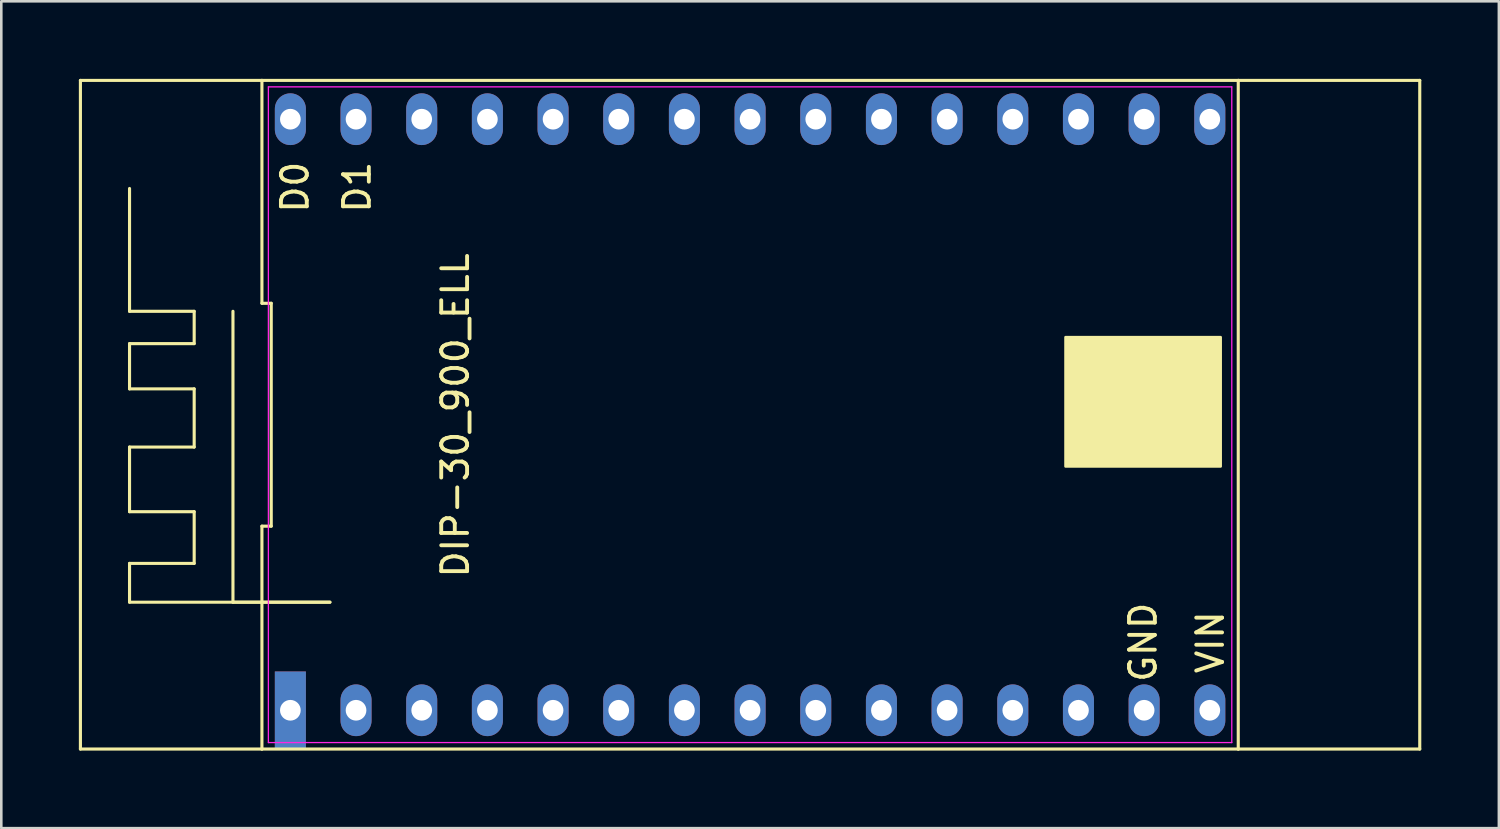
<source format=kicad_pcb>
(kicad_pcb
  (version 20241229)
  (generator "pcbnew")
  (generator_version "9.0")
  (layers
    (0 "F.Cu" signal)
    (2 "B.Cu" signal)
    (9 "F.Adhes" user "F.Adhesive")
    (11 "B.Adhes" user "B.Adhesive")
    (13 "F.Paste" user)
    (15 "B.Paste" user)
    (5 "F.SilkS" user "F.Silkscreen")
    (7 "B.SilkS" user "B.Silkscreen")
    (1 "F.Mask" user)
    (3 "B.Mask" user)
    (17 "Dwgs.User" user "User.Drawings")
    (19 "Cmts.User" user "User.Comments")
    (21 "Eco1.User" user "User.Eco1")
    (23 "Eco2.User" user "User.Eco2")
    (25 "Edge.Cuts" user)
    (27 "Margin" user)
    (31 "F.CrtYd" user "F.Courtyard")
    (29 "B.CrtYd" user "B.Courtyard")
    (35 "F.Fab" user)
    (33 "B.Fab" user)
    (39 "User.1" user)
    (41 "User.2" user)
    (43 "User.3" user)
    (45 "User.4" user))
  (footprint "DIP-30_900_ELL"
    (layer "F.Cu")
    (at 25.96 12.99)
    (property "Reference" "DIP-30_900_ELL" (at -11.4 0.025 90) (layer "F.SilkS") (effects (font (size 1 1) (thickness 0.15))))
    (attr through_hole)
    (fp_line (start -25.9 12.93) (end -25.9 -12.93) (stroke (width 0.12) (type solid)) (layer "F.SilkS"))
    (fp_line (start -24 -8.75) (end -24 -4) (stroke (width 0.12) (type solid)) (layer "F.SilkS"))
    (fp_line (start -24 -4) (end -21.5 -4) (stroke (width 0.12) (type solid)) (layer "F.SilkS"))
    (fp_line (start -24 -2.75) (end -24 -1) (stroke (width 0.12) (type solid)) (layer "F.SilkS"))
    (fp_line (start -24 -1) (end -21.5 -1) (stroke (width 0.12) (type solid)) (layer "F.SilkS"))
    (fp_line (start -24 1.25) (end -24 3.75) (stroke (width 0.12) (type solid)) (layer "F.SilkS"))
    (fp_line (start -24 3.75) (end -21.5 3.75) (stroke (width 0.12) (type solid)) (layer "F.SilkS"))
    (fp_line (start -24 5.75) (end -24 7.25) (stroke (width 0.12) (type solid)) (layer "F.SilkS"))
    (fp_line (start -24 7.25) (end -16.25 7.25) (stroke (width 0.12) (type solid)) (layer "F.SilkS"))
    (fp_line (start -21.5 -4) (end -21.5 -2.75) (stroke (width 0.12) (type solid)) (layer "F.SilkS"))
    (fp_line (start -21.5 -2.75) (end -24 -2.75) (stroke (width 0.12) (type solid)) (layer "F.SilkS"))
    (fp_line (start -21.5 -1) (end -21.5 1.25) (stroke (width 0.12) (type solid)) (layer "F.SilkS"))
    (fp_line (start -21.5 1.25) (end -24 1.25) (stroke (width 0.12) (type solid)) (layer "F.SilkS"))
    (fp_line (start -21.5 3.75) (end -21.5 5.75) (stroke (width 0.12) (type solid)) (layer "F.SilkS"))
    (fp_line (start -21.5 5.75) (end -24 5.75) (stroke (width 0.12) (type solid)) (layer "F.SilkS"))
    (fp_line (start -20 7.25) (end -20 -4) (stroke (width 0.12) (type solid)) (layer "F.SilkS"))
    (fp_line (start -18.88 -12.93) (end -25.9 -12.93) (stroke (width 0.12) (type solid)) (layer "F.SilkS"))
    (fp_line (start -18.88 -12.93) (end -18.88 -4.31) (stroke (width 0.12) (type solid)) (layer "F.SilkS"))
    (fp_line (start -18.88 -4.31) (end -18.52 -4.31) (stroke (width 0.12) (type solid)) (layer "F.SilkS"))
    (fp_line (start -18.88 4.31) (end -18.88 12.93) (stroke (width 0.12) (type solid)) (layer "F.SilkS"))
    (fp_line (start -18.88 12.93) (end -25.9 12.93) (stroke (width 0.12) (type solid)) (layer "F.SilkS"))
    (fp_line (start -18.88 12.93) (end 18.88 12.93) (stroke (width 0.12) (type solid)) (layer "F.SilkS"))
    (fp_line (start -18.52 -4.31) (end -18.52 4.31) (stroke (width 0.12) (type solid)) (layer "F.SilkS"))
    (fp_line (start -18.52 4.31) (end -18.88 4.31) (stroke (width 0.12) (type solid)) (layer "F.SilkS"))
    (fp_line (start -16.25 7.25) (end -20 7.25) (stroke (width 0.12) (type solid)) (layer "F.SilkS"))
    (fp_line (start 18.88 -12.93) (end -18.88 -12.93) (stroke (width 0.12) (type solid)) (layer "F.SilkS"))
    (fp_line (start 18.88 -12.93) (end 25.9 -12.93) (stroke (width 0.12) (type solid)) (layer "F.SilkS"))
    (fp_line (start 18.88 12.93) (end 18.88 -12.93) (stroke (width 0.12) (type solid)) (layer "F.SilkS"))
    (fp_line (start 18.88 12.93) (end 25.9 12.93) (stroke (width 0.12) (type solid)) (layer "F.SilkS"))
    (fp_line (start 25.9 12.93) (end 25.9 -12.93) (stroke (width 0.12) (type solid)) (layer "F.SilkS"))
    (fp_poly (pts (xy 18.2 2) (xy 12.2 2) (xy 12.2 -3) (xy 18.2 -3)) (stroke (width 0.1) (type solid)) (fill yes) (layer "F.SilkS"))
    (fp_line (start -18.63 -12.68) (end 18.63 -12.68) (stroke (width 0.05) (type solid)) (layer "F.CrtYd"))
    (fp_line (start -18.63 12.68) (end -18.63 -12.68) (stroke (width 0.05) (type solid)) (layer "F.CrtYd"))
    (fp_line (start 18.63 -12.68) (end 18.63 12.68) (stroke (width 0.05) (type solid)) (layer "F.CrtYd"))
    (fp_line (start 18.63 12.68) (end -18.63 12.68) (stroke (width 0.05) (type solid)) (layer "F.CrtYd"))
    (fp_text user "D0" (at -17.6 -8.8 90) (layer "F.SilkS") (effects (font (size 1 1) (thickness 0.15))))
    (fp_text user "D1" (at -15.2 -8.8 90) (layer "F.SilkS") (effects (font (size 1 1) (thickness 0.15))))
    (fp_text user "VIN" (at 17.8 8.8 90) (layer "F.SilkS") (effects (font (size 1 1) (thickness 0.15))))
    (fp_text user "GND" (at 15.2 8.8 90) (layer "F.SilkS") (effects (font (size 1 1) (thickness 0.15))))
    (pad "1" thru_hole rect (at -17.78 11.43) (size 1.2 3) (drill 0.8) (layers "*.Cu" "*.Mask"))
    (pad "2" thru_hole oval (at -15.24 11.43) (size 1.2 2) (drill 0.8) (layers "*.Cu" "*.Mask"))
    (pad "3" thru_hole oval (at -12.7 11.43) (size 1.2 2) (drill 0.8) (layers "*.Cu" "*.Mask"))
    (pad "4" thru_hole oval (at -10.16 11.43) (size 1.2 2) (drill 0.8) (layers "*.Cu" "*.Mask"))
    (pad "5" thru_hole oval (at -7.62 11.43) (size 1.2 2) (drill 0.8) (layers "*.Cu" "*.Mask"))
    (pad "6" thru_hole oval (at -5.08 11.43) (size 1.2 2) (drill 0.8) (layers "*.Cu" "*.Mask"))
    (pad "7" thru_hole oval (at -2.54 11.43) (size 1.2 2) (drill 0.8) (layers "*.Cu" "*.Mask"))
    (pad "8" thru_hole oval (at 0 11.43) (size 1.2 2) (drill 0.8) (layers "*.Cu" "*.Mask"))
    (pad "9" thru_hole oval (at 2.54 11.43) (size 1.2 2) (drill 0.8) (layers "*.Cu" "*.Mask"))
    (pad "10" thru_hole oval (at 5.08 11.43) (size 1.2 2) (drill 0.8) (layers "*.Cu" "*.Mask"))
    (pad "11" thru_hole oval (at 7.62 11.43) (size 1.2 2) (drill 0.8) (layers "*.Cu" "*.Mask"))
    (pad "12" thru_hole oval (at 10.16 11.43) (size 1.2 2) (drill 0.8) (layers "*.Cu" "*.Mask"))
    (pad "13" thru_hole oval (at 12.7 11.43) (size 1.2 2) (drill 0.8) (layers "*.Cu" "*.Mask"))
    (pad "14" thru_hole oval (at 15.24 11.43) (size 1.2 2) (drill 0.8) (layers "*.Cu" "*.Mask"))
    (pad "15" thru_hole oval (at 17.78 11.43) (size 1.2 2) (drill 0.8) (layers "*.Cu" "*.Mask"))
    (pad "16" thru_hole oval (at 17.78 -11.43) (size 1.2 2) (drill 0.8) (layers "*.Cu" "*.Mask"))
    (pad "17" thru_hole oval (at 15.24 -11.43) (size 1.2 2) (drill 0.8) (layers "*.Cu" "*.Mask"))
    (pad "18" thru_hole oval (at 12.7 -11.43) (size 1.2 2) (drill 0.8) (layers "*.Cu" "*.Mask"))
    (pad "19" thru_hole oval (at 10.16 -11.43) (size 1.2 2) (drill 0.8) (layers "*.Cu" "*.Mask"))
    (pad "20" thru_hole oval (at 7.62 -11.43) (size 1.2 2) (drill 0.8) (layers "*.Cu" "*.Mask"))
    (pad "21" thru_hole oval (at 5.08 -11.43) (size 1.2 2) (drill 0.8) (layers "*.Cu" "*.Mask"))
    (pad "22" thru_hole oval (at 2.54 -11.43) (size 1.2 2) (drill 0.8) (layers "*.Cu" "*.Mask"))
    (pad "23" thru_hole oval (at 0 -11.43) (size 1.2 2) (drill 0.8) (layers "*.Cu" "*.Mask"))
    (pad "24" thru_hole oval (at -2.54 -11.43) (size 1.2 2) (drill 0.8) (layers "*.Cu" "*.Mask"))
    (pad "25" thru_hole oval (at -5.08 -11.43) (size 1.2 2) (drill 0.8) (layers "*.Cu" "*.Mask"))
    (pad "26" thru_hole oval (at -7.62 -11.43) (size 1.2 2) (drill 0.8) (layers "*.Cu" "*.Mask"))
    (pad "27" thru_hole oval (at -10.16 -11.43) (size 1.2 2) (drill 0.8) (layers "*.Cu" "*.Mask"))
    (pad "28" thru_hole oval (at -12.7 -11.43) (size 1.2 2) (drill 0.8) (layers "*.Cu" "*.Mask"))
    (pad "29" thru_hole oval (at -15.24 -11.43) (size 1.2 2) (drill 0.8) (layers "*.Cu" "*.Mask"))
    (pad "30" thru_hole oval (at -17.78 -11.43) (size 1.2 2) (drill 0.8) (layers "*.Cu" "*.Mask")))
  (gr_rect
    (start -3 -3)
    (end 54.92 28.98)
    (stroke (width 0.1) (type default))
    (fill no)
    (layer "Edge.Cuts")))
</source>
